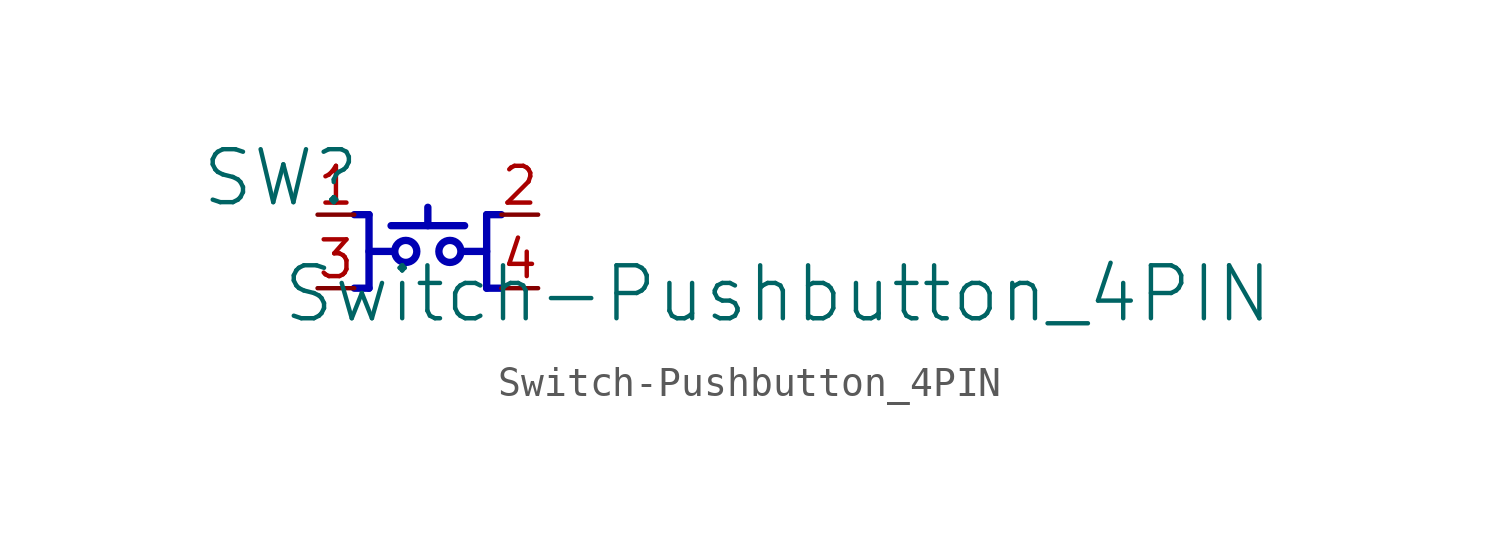
<source format=kicad_sym>
(kicad_symbol_lib
  (version 20231120)
  (generator "kicad_symbol_editor")
  (generator_version "8.0")
  (symbol "Switch-Pushbutton_4PIN"
    (property "Reference" "SW"
      (at -1.27 1.27 0)
      (effects (font (size 1.829 1.829))))
    (property "Value" "Switch-Pushbutton_4PIN"
      (at -1.27 -3.81 0)
      (effects (font (size 1.829 1.829)) (justify left bottom)))
    (symbol "Switch-Pushbutton_4PIN_1_0"
      (polyline (pts (xy 1.778 -2.54) (xy 1.27 -2.54)) (stroke (width 0.254) (type solid) (color 0 0 180 1)) (fill (type none)))
      (polyline (pts (xy 1.778 -2.54) (xy 1.778 -1.27)) (stroke (width 0.254) (type solid) (color 0 0 180 1)) (fill (type none)))
      (polyline (pts (xy 1.778 0) (xy 1.27 0)) (stroke (width 0.254) (type solid) (color 0 0 180 1)) (fill (type none)))
      (polyline (pts (xy 2.54 -0.381) (xy 5.08 -0.381)) (stroke (width 0.254) (type solid) (color 0 0 180 1)) (fill (type none)))
      (polyline (pts (xy 3.81 -0.381) (xy 3.81 0.254)) (stroke (width 0.254) (type solid) (color 0 0 180 1)) (fill (type none)))
      (polyline (pts (xy 5.842 -2.54) (xy 5.842 -1.27)) (stroke (width 0.254) (type solid) (color 0 0 180 1)) (fill (type none)))
      (polyline (pts (xy 5.842 -2.54) (xy 6.35 -2.54)) (stroke (width 0.254) (type solid) (color 0 0 180 1)) (fill (type none)))
      (polyline (pts (xy 5.842 0) (xy 6.35 0)) (stroke (width 0.254) (type solid) (color 0 0 180 1)) (fill (type none)))
      (polyline (pts (xy 2.54 -1.27) (xy 1.778 -1.27) (xy 1.778 0)) (stroke (width 0.254) (type solid) (color 0 0 180 1)) (fill (type none)))
      (polyline (pts (xy 5.08 -1.27) (xy 5.842 -1.27) (xy 5.842 0)) (stroke (width 0.254) (type solid) (color 0 0 180 1)) (fill (type none)))
      (circle (center 3.048 -1.27) (radius 0.381) (stroke (width 0.254) (type solid) (color 0 0 180 1)) (fill (type none)))
      (circle (center 4.572 -1.27) (radius 0.381) (stroke (width 0.254) (type solid) (color 0 0 180 1)) (fill (type none)))
      (pin passive line (at 0 0 0) (length 1.27) (name "1" (effects (font (size 0 0)))) (number "1" (effects (font (size 1.27 1.27)))))
      (pin passive line (at 7.62 0 180) (length 1.27) (name "2" (effects (font (size 0 0)))) (number "2" (effects (font (size 1.27 1.27)))))
      (pin passive line (at 0 -2.54 0) (length 1.27) (name "3" (effects (font (size 0 0)))) (number "3" (effects (font (size 1.27 1.27)))))
      (pin passive line (at 7.62 -2.54 180) (length 1.27) (name "4" (effects (font (size 0 0)))) (number "4" (effects (font (size 1.27 1.27))))))))
</source>
